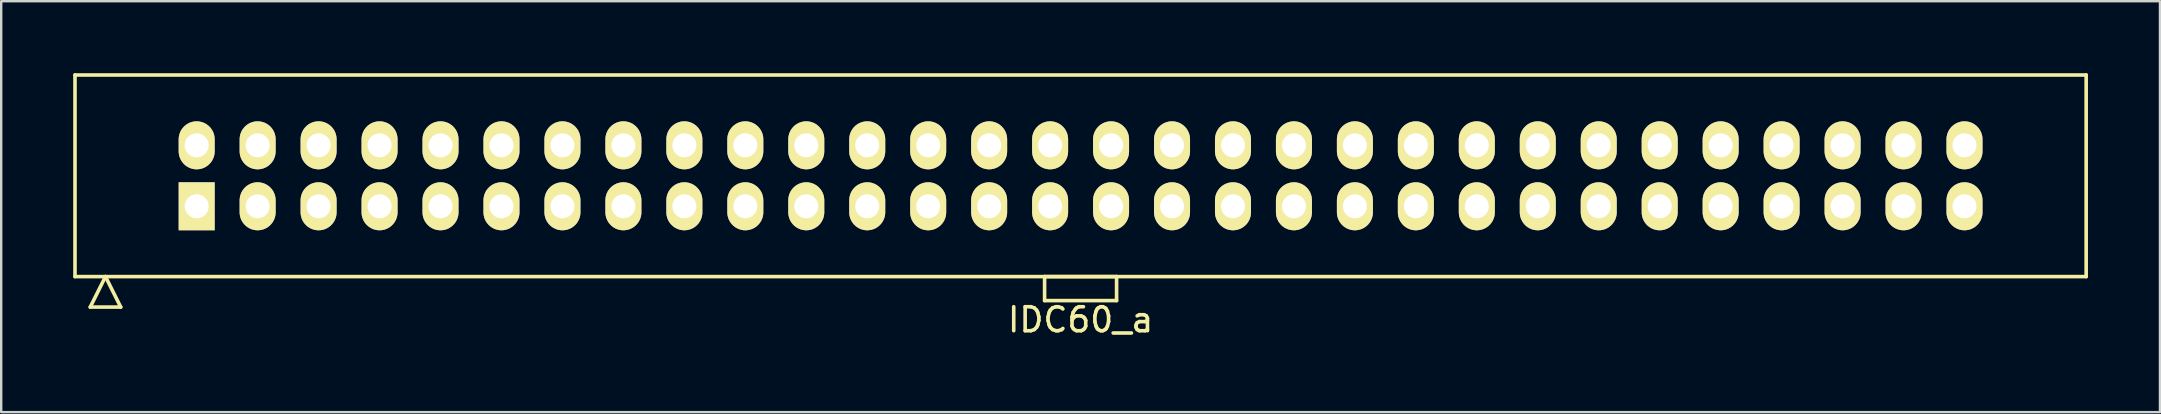
<source format=kicad_pcb>
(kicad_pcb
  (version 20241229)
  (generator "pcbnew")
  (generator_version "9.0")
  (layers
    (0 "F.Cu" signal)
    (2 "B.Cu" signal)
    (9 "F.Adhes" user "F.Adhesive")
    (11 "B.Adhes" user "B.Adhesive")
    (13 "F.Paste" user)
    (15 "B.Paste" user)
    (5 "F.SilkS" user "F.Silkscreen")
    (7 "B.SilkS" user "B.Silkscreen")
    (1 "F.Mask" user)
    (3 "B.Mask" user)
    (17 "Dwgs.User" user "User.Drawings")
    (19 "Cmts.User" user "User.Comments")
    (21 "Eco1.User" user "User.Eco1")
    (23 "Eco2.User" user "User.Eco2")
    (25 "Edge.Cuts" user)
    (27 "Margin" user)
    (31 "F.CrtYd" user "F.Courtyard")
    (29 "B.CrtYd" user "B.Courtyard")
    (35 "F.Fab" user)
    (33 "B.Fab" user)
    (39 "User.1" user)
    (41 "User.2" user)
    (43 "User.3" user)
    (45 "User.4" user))
  (footprint "IDC60_a"
    (layer "F.Cu")
    (at 41.975 4.275)
    (property "Reference" "IDC60_a" (at 0 6 0) (layer "F.SilkS") (effects (font (size 1 1) (thickness 0.15))))
    (attr through_hole)
    (fp_line (start -41.9 -4.2) (end -41.9 4.2) (stroke (width 0.15) (type solid)) (layer "F.SilkS"))
    (fp_line (start -41.9 4.2) (end 41.9 4.2) (stroke (width 0.15) (type solid)) (layer "F.SilkS"))
    (fp_line (start -41.265 5.47) (end -40.63 4.2) (stroke (width 0.15) (type solid)) (layer "F.SilkS"))
    (fp_line (start -41.265 5.47) (end -39.995 5.47) (stroke (width 0.15) (type solid)) (layer "F.SilkS"))
    (fp_line (start -39.995 5.47) (end -40.63 4.2) (stroke (width 0.15) (type solid)) (layer "F.SilkS"))
    (fp_line (start -1.5 4.2) (end -1.5 5.2) (stroke (width 0.15) (type solid)) (layer "F.SilkS"))
    (fp_line (start -1.5 5.2) (end 1.5 5.2) (stroke (width 0.15) (type solid)) (layer "F.SilkS"))
    (fp_line (start 1.5 4.2) (end -1.5 4.2) (stroke (width 0.15) (type solid)) (layer "F.SilkS"))
    (fp_line (start 1.5 5.2) (end 1.5 4.2) (stroke (width 0.15) (type solid)) (layer "F.SilkS"))
    (fp_line (start 41.9 -4.2) (end -41.9 -4.2) (stroke (width 0.15) (type solid)) (layer "F.SilkS"))
    (fp_line (start 41.9 4.2) (end 41.9 -4.2) (stroke (width 0.15) (type solid)) (layer "F.SilkS"))
    (pad "1" thru_hole rect (at -36.83 1.27) (size 1.5 2) (drill 1) (layers "*.Cu" "*.Mask" "F.SilkS"))
    (pad "2" thru_hole oval (at -36.83 -1.27) (size 1.5 2) (drill 1) (layers "*.Cu" "*.Mask" "F.SilkS"))
    (pad "3" thru_hole oval (at -34.29 1.27) (size 1.5 2) (drill 1) (layers "*.Cu" "*.Mask" "F.SilkS"))
    (pad "4" thru_hole oval (at -34.29 -1.27) (size 1.5 2) (drill 1) (layers "*.Cu" "*.Mask" "F.SilkS"))
    (pad "5" thru_hole oval (at -31.75 1.27) (size 1.5 2) (drill 1) (layers "*.Cu" "*.Mask" "F.SilkS"))
    (pad "6" thru_hole oval (at -31.75 -1.27) (size 1.5 2) (drill 1) (layers "*.Cu" "*.Mask" "F.SilkS"))
    (pad "7" thru_hole oval (at -29.21 1.27) (size 1.5 2) (drill 1) (layers "*.Cu" "*.Mask" "F.SilkS"))
    (pad "8" thru_hole oval (at -29.21 -1.27) (size 1.5 2) (drill 1) (layers "*.Cu" "*.Mask" "F.SilkS"))
    (pad "9" thru_hole oval (at -26.67 1.27) (size 1.5 2) (drill 1) (layers "*.Cu" "*.Mask" "F.SilkS"))
    (pad "10" thru_hole oval (at -26.67 -1.27) (size 1.5 2) (drill 1) (layers "*.Cu" "*.Mask" "F.SilkS"))
    (pad "11" thru_hole oval (at -24.13 1.27) (size 1.5 2) (drill 1) (layers "*.Cu" "*.Mask" "F.SilkS"))
    (pad "12" thru_hole oval (at -24.13 -1.27) (size 1.5 2) (drill 1) (layers "*.Cu" "*.Mask" "F.SilkS"))
    (pad "13" thru_hole oval (at -21.59 1.27) (size 1.5 2) (drill 1) (layers "*.Cu" "*.Mask" "F.SilkS"))
    (pad "14" thru_hole oval (at -21.59 -1.27) (size 1.5 2) (drill 1) (layers "*.Cu" "*.Mask" "F.SilkS"))
    (pad "15" thru_hole oval (at -19.05 1.27) (size 1.5 2) (drill 1) (layers "*.Cu" "*.Mask" "F.SilkS"))
    (pad "16" thru_hole oval (at -19.05 -1.27) (size 1.5 2) (drill 1) (layers "*.Cu" "*.Mask" "F.SilkS"))
    (pad "17" thru_hole oval (at -16.51 1.27) (size 1.5 2) (drill 1) (layers "*.Cu" "*.Mask" "F.SilkS"))
    (pad "18" thru_hole oval (at -16.51 -1.27) (size 1.5 2) (drill 1) (layers "*.Cu" "*.Mask" "F.SilkS"))
    (pad "19" thru_hole oval (at -13.97 1.27) (size 1.5 2) (drill 1) (layers "*.Cu" "*.Mask" "F.SilkS"))
    (pad "20" thru_hole oval (at -13.97 -1.27) (size 1.5 2) (drill 1) (layers "*.Cu" "*.Mask" "F.SilkS"))
    (pad "21" thru_hole oval (at -11.43 1.27) (size 1.5 2) (drill 1) (layers "*.Cu" "*.Mask" "F.SilkS"))
    (pad "22" thru_hole oval (at -11.43 -1.27) (size 1.5 2) (drill 1) (layers "*.Cu" "*.Mask" "F.SilkS"))
    (pad "23" thru_hole oval (at -8.89 1.27) (size 1.5 2) (drill 1) (layers "*.Cu" "*.Mask" "F.SilkS"))
    (pad "24" thru_hole oval (at -8.89 -1.27) (size 1.5 2) (drill 1) (layers "*.Cu" "*.Mask" "F.SilkS"))
    (pad "25" thru_hole oval (at -6.35 1.27) (size 1.5 2) (drill 1) (layers "*.Cu" "*.Mask" "F.SilkS"))
    (pad "26" thru_hole oval (at -6.35 -1.27) (size 1.5 2) (drill 1) (layers "*.Cu" "*.Mask" "F.SilkS"))
    (pad "27" thru_hole oval (at -3.81 1.27) (size 1.5 2) (drill 1) (layers "*.Cu" "*.Mask" "F.SilkS"))
    (pad "28" thru_hole oval (at -3.81 -1.27) (size 1.5 2) (drill 1) (layers "*.Cu" "*.Mask" "F.SilkS"))
    (pad "29" thru_hole oval (at -1.27 1.27) (size 1.5 2) (drill 1) (layers "*.Cu" "*.Mask" "F.SilkS"))
    (pad "30" thru_hole oval (at -1.27 -1.27) (size 1.5 2) (drill 1) (layers "*.Cu" "*.Mask" "F.SilkS"))
    (pad "31" thru_hole oval (at 1.27 1.27) (size 1.5 2) (drill 1) (layers "*.Cu" "*.Mask" "F.SilkS"))
    (pad "32" thru_hole oval (at 1.27 -1.27) (size 1.5 2) (drill 1) (layers "*.Cu" "*.Mask" "F.SilkS"))
    (pad "33" thru_hole oval (at 3.81 1.27) (size 1.5 2) (drill 1) (layers "*.Cu" "*.Mask" "F.SilkS"))
    (pad "34" thru_hole oval (at 3.81 -1.27) (size 1.5 2) (drill 1) (layers "*.Cu" "*.Mask" "F.SilkS"))
    (pad "35" thru_hole oval (at 6.35 1.27) (size 1.5 2) (drill 1) (layers "*.Cu" "*.Mask" "F.SilkS"))
    (pad "36" thru_hole oval (at 6.35 -1.27) (size 1.5 2) (drill 1) (layers "*.Cu" "*.Mask" "F.SilkS"))
    (pad "37" thru_hole oval (at 8.89 1.27) (size 1.5 2) (drill 1) (layers "*.Cu" "*.Mask" "F.SilkS"))
    (pad "38" thru_hole oval (at 8.89 -1.27) (size 1.5 2) (drill 1) (layers "*.Cu" "*.Mask" "F.SilkS"))
    (pad "39" thru_hole oval (at 11.43 1.27) (size 1.5 2) (drill 1) (layers "*.Cu" "*.Mask" "F.SilkS"))
    (pad "40" thru_hole oval (at 11.43 -1.27) (size 1.5 2) (drill 1) (layers "*.Cu" "*.Mask" "F.SilkS"))
    (pad "41" thru_hole oval (at 13.97 1.27) (size 1.5 2) (drill 1) (layers "*.Cu" "*.Mask" "F.SilkS"))
    (pad "42" thru_hole oval (at 13.97 -1.27) (size 1.5 2) (drill 1) (layers "*.Cu" "*.Mask" "F.SilkS"))
    (pad "43" thru_hole oval (at 16.51 1.27) (size 1.5 2) (drill 1) (layers "*.Cu" "*.Mask" "F.SilkS"))
    (pad "44" thru_hole oval (at 16.51 -1.27) (size 1.5 2) (drill 1) (layers "*.Cu" "*.Mask" "F.SilkS"))
    (pad "45" thru_hole oval (at 19.05 1.27) (size 1.5 2) (drill 1) (layers "*.Cu" "*.Mask" "F.SilkS"))
    (pad "46" thru_hole oval (at 19.05 -1.27) (size 1.5 2) (drill 1) (layers "*.Cu" "*.Mask" "F.SilkS"))
    (pad "47" thru_hole oval (at 21.59 1.27) (size 1.5 2) (drill 1) (layers "*.Cu" "*.Mask" "F.SilkS"))
    (pad "48" thru_hole oval (at 21.59 -1.27) (size 1.5 2) (drill 1) (layers "*.Cu" "*.Mask" "F.SilkS"))
    (pad "49" thru_hole oval (at 24.13 1.27) (size 1.5 2) (drill 1) (layers "*.Cu" "*.Mask" "F.SilkS"))
    (pad "50" thru_hole oval (at 24.13 -1.27) (size 1.5 2) (drill 1) (layers "*.Cu" "*.Mask" "F.SilkS"))
    (pad "51" thru_hole oval (at 26.67 1.27) (size 1.5 2) (drill 1) (layers "*.Cu" "*.Mask" "F.SilkS"))
    (pad "52" thru_hole oval (at 26.67 -1.27) (size 1.5 2) (drill 1) (layers "*.Cu" "*.Mask" "F.SilkS"))
    (pad "53" thru_hole oval (at 29.21 1.27) (size 1.5 2) (drill 1) (layers "*.Cu" "*.Mask" "F.SilkS"))
    (pad "54" thru_hole oval (at 29.21 -1.27) (size 1.5 2) (drill 1) (layers "*.Cu" "*.Mask" "F.SilkS"))
    (pad "55" thru_hole oval (at 31.75 1.27) (size 1.5 2) (drill 1) (layers "*.Cu" "*.Mask" "F.SilkS"))
    (pad "56" thru_hole oval (at 31.75 -1.27) (size 1.5 2) (drill 1) (layers "*.Cu" "*.Mask" "F.SilkS"))
    (pad "57" thru_hole oval (at 34.29 1.27) (size 1.5 2) (drill 1) (layers "*.Cu" "*.Mask" "F.SilkS"))
    (pad "58" thru_hole oval (at 34.29 -1.27) (size 1.5 2) (drill 1) (layers "*.Cu" "*.Mask" "F.SilkS"))
    (pad "59" thru_hole oval (at 36.83 1.27) (size 1.5 2) (drill 1) (layers "*.Cu" "*.Mask" "F.SilkS"))
    (pad "60" thru_hole oval (at 36.83 -1.27) (size 1.5 2) (drill 1) (layers "*.Cu" "*.Mask" "F.SilkS")))
  (gr_rect
    (start -3 -3)
    (end 86.95 14.123)
    (stroke (width 0.1) (type default))
    (fill no)
    (layer "Edge.Cuts")))
</source>
